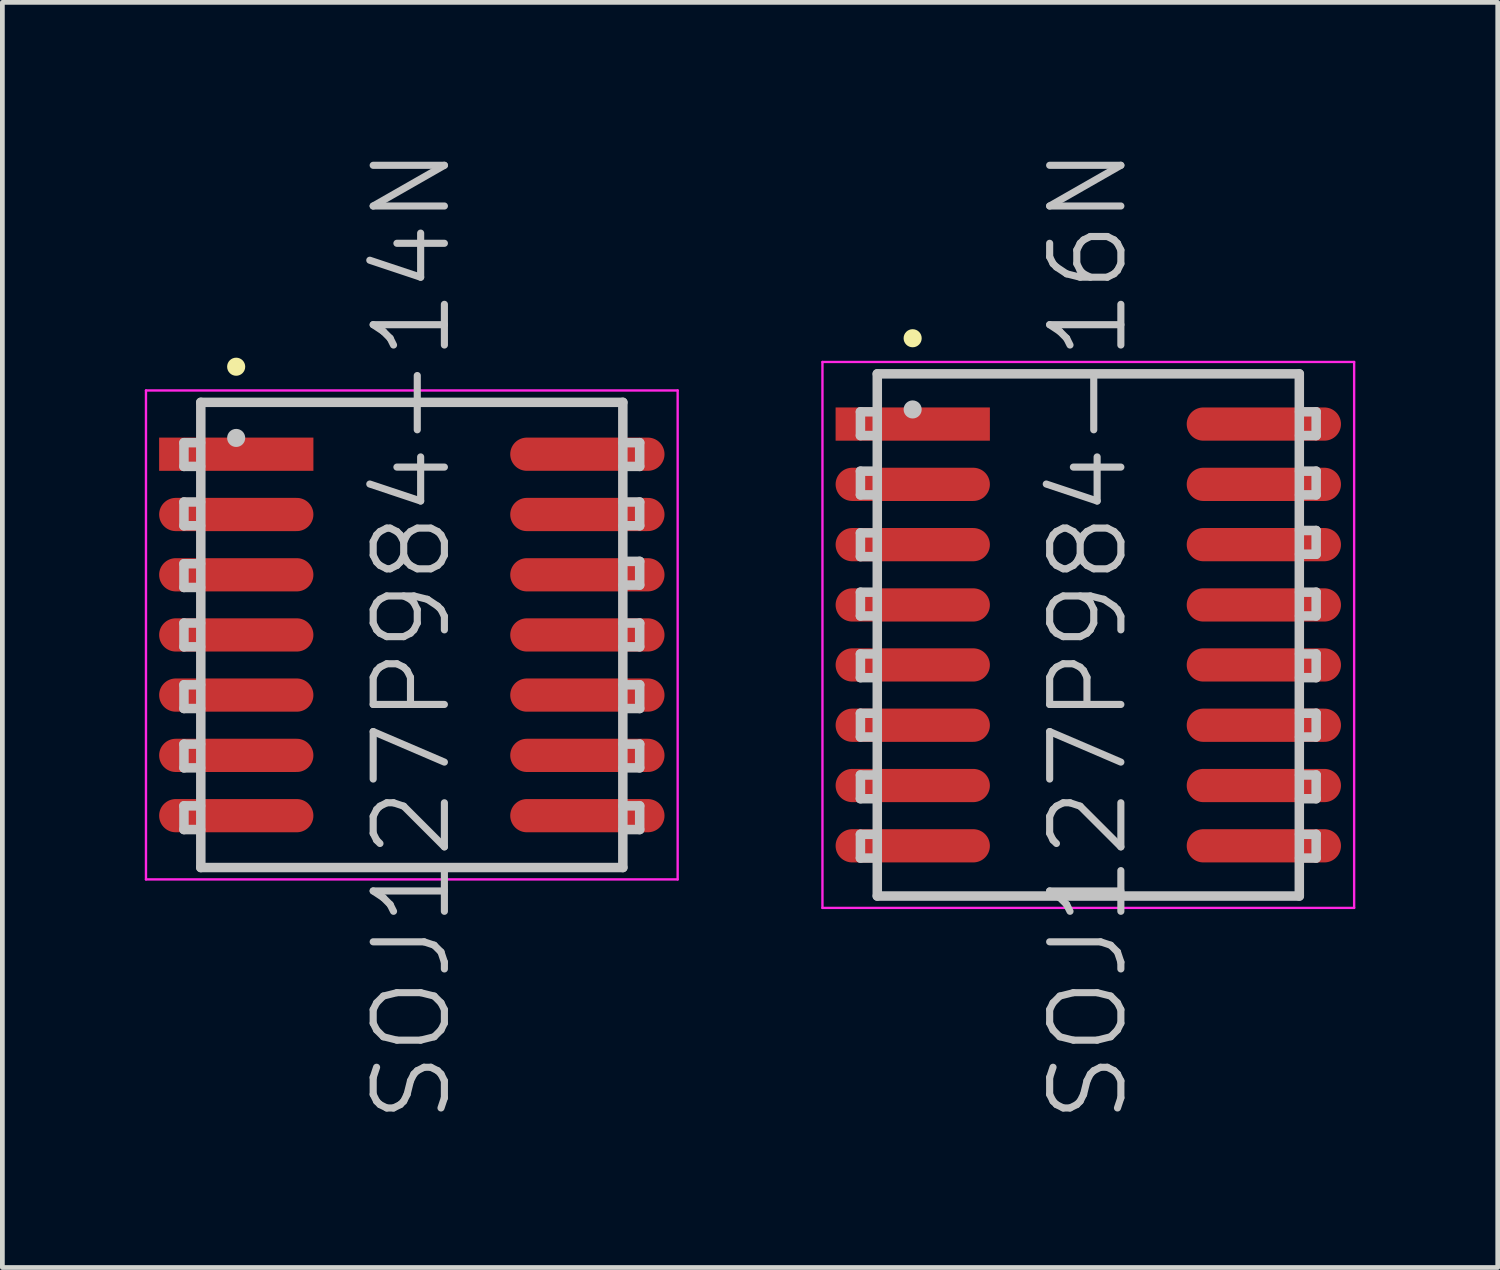
<source format=kicad_pcb>
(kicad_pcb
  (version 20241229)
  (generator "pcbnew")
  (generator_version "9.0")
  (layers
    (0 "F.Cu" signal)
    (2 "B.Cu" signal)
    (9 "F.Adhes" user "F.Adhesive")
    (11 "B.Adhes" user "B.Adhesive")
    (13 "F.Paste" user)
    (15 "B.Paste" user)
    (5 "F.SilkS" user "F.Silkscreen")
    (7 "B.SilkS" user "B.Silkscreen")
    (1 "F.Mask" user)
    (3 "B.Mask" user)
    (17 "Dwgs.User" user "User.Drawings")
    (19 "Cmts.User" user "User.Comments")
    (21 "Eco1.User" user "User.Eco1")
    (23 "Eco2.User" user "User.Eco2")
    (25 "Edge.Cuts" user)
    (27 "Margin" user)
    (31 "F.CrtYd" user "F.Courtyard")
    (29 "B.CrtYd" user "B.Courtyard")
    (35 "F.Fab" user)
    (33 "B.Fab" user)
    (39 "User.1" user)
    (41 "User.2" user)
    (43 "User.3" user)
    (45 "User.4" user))
  (footprint "SOJ127P984-16N"
    (layer "F.Cu")
    (at 19.875 10.325)
    (property "Reference" "SOJ127P984-16N" (at 0 0 90) (layer "Dwgs.User") (effects (font (size 1.5 1.5) (thickness 0.15))))
    (attr smd)
    (fp_line (start -3.7 -6.25) (end -3.7 -6.25) (stroke (width 0.381) (type solid)) (layer "F.SilkS"))
    (fp_line (start -4.8 -4.7) (end -4.8 -4.2) (stroke (width 0.2) (type solid)) (layer "Dwgs.User"))
    (fp_line (start -4.8 -4.2) (end -4.45 -4.2) (stroke (width 0.2) (type solid)) (layer "Dwgs.User"))
    (fp_line (start -4.8 -3.45) (end -4.8 -2.95) (stroke (width 0.2) (type solid)) (layer "Dwgs.User"))
    (fp_line (start -4.8 -2.95) (end -4.45 -2.95) (stroke (width 0.2) (type solid)) (layer "Dwgs.User"))
    (fp_line (start -4.8 -2.15) (end -4.8 -1.65) (stroke (width 0.2) (type solid)) (layer "Dwgs.User"))
    (fp_line (start -4.8 -1.65) (end -4.45 -1.65) (stroke (width 0.2) (type solid)) (layer "Dwgs.User"))
    (fp_line (start -4.8 -0.9) (end -4.8 -0.4) (stroke (width 0.2) (type solid)) (layer "Dwgs.User"))
    (fp_line (start -4.8 -0.4) (end -4.45 -0.4) (stroke (width 0.2) (type solid)) (layer "Dwgs.User"))
    (fp_line (start -4.8 0.4) (end -4.8 0.9) (stroke (width 0.2) (type solid)) (layer "Dwgs.User"))
    (fp_line (start -4.8 0.9) (end -4.45 0.9) (stroke (width 0.2) (type solid)) (layer "Dwgs.User"))
    (fp_line (start -4.8 1.65) (end -4.8 2.15) (stroke (width 0.2) (type solid)) (layer "Dwgs.User"))
    (fp_line (start -4.8 2.15) (end -4.45 2.15) (stroke (width 0.2) (type solid)) (layer "Dwgs.User"))
    (fp_line (start -4.8 2.95) (end -4.8 3.45) (stroke (width 0.2) (type solid)) (layer "Dwgs.User"))
    (fp_line (start -4.8 3.45) (end -4.45 3.45) (stroke (width 0.2) (type solid)) (layer "Dwgs.User"))
    (fp_line (start -4.8 4.2) (end -4.8 4.7) (stroke (width 0.2) (type solid)) (layer "Dwgs.User"))
    (fp_line (start -4.8 4.7) (end -4.45 4.7) (stroke (width 0.2) (type solid)) (layer "Dwgs.User"))
    (fp_line (start -4.45 -4.7) (end -4.8 -4.7) (stroke (width 0.2) (type solid)) (layer "Dwgs.User"))
    (fp_line (start -4.45 -3.45) (end -4.8 -3.45) (stroke (width 0.2) (type solid)) (layer "Dwgs.User"))
    (fp_line (start -4.45 -2.15) (end -4.8 -2.15) (stroke (width 0.2) (type solid)) (layer "Dwgs.User"))
    (fp_line (start -4.45 -0.9) (end -4.8 -0.9) (stroke (width 0.2) (type solid)) (layer "Dwgs.User"))
    (fp_line (start -4.45 0.4) (end -4.8 0.4) (stroke (width 0.2) (type solid)) (layer "Dwgs.User"))
    (fp_line (start -4.45 1.65) (end -4.8 1.65) (stroke (width 0.2) (type solid)) (layer "Dwgs.User"))
    (fp_line (start -4.45 2.95) (end -4.8 2.95) (stroke (width 0.2) (type solid)) (layer "Dwgs.User"))
    (fp_line (start -4.45 4.2) (end -4.8 4.2) (stroke (width 0.2) (type solid)) (layer "Dwgs.User"))
    (fp_line (start -4.445 -5.5) (end -4.445 5.5) (stroke (width 0.2) (type solid)) (layer "Dwgs.User"))
    (fp_line (start -4.445 -5.5) (end 4.445 -5.5) (stroke (width 0.2) (type solid)) (layer "Dwgs.User"))
    (fp_line (start -4.445 5.5) (end 4.445 5.5) (stroke (width 0.2) (type solid)) (layer "Dwgs.User"))
    (fp_line (start -3.7 -4.75) (end -3.7 -4.75) (stroke (width 0.381) (type solid)) (layer "Dwgs.User"))
    (fp_line (start 4.445 -5.5) (end 4.445 5.5) (stroke (width 0.2) (type solid)) (layer "Dwgs.User"))
    (fp_line (start 4.45 -4.7) (end 4.8 -4.7) (stroke (width 0.2) (type solid)) (layer "Dwgs.User"))
    (fp_line (start 4.45 -3.45) (end 4.8 -3.45) (stroke (width 0.2) (type solid)) (layer "Dwgs.User"))
    (fp_line (start 4.45 -2.2) (end 4.8 -2.2) (stroke (width 0.2) (type solid)) (layer "Dwgs.User"))
    (fp_line (start 4.45 -0.9) (end 4.8 -0.9) (stroke (width 0.2) (type solid)) (layer "Dwgs.User"))
    (fp_line (start 4.45 0.4) (end 4.8 0.4) (stroke (width 0.2) (type solid)) (layer "Dwgs.User"))
    (fp_line (start 4.45 1.65) (end 4.8 1.65) (stroke (width 0.2) (type solid)) (layer "Dwgs.User"))
    (fp_line (start 4.45 2.95) (end 4.8 2.95) (stroke (width 0.2) (type solid)) (layer "Dwgs.User"))
    (fp_line (start 4.45 4.2) (end 4.8 4.2) (stroke (width 0.2) (type solid)) (layer "Dwgs.User"))
    (fp_line (start 4.8 -4.7) (end 4.8 -4.2) (stroke (width 0.2) (type solid)) (layer "Dwgs.User"))
    (fp_line (start 4.8 -4.2) (end 4.45 -4.2) (stroke (width 0.2) (type solid)) (layer "Dwgs.User"))
    (fp_line (start 4.8 -3.45) (end 4.8 -2.95) (stroke (width 0.2) (type solid)) (layer "Dwgs.User"))
    (fp_line (start 4.8 -2.95) (end 4.45 -2.95) (stroke (width 0.2) (type solid)) (layer "Dwgs.User"))
    (fp_line (start 4.8 -2.2) (end 4.8 -1.7) (stroke (width 0.2) (type solid)) (layer "Dwgs.User"))
    (fp_line (start 4.8 -1.7) (end 4.45 -1.7) (stroke (width 0.2) (type solid)) (layer "Dwgs.User"))
    (fp_line (start 4.8 -0.9) (end 4.8 -0.4) (stroke (width 0.2) (type solid)) (layer "Dwgs.User"))
    (fp_line (start 4.8 -0.4) (end 4.45 -0.4) (stroke (width 0.2) (type solid)) (layer "Dwgs.User"))
    (fp_line (start 4.8 0.4) (end 4.8 0.9) (stroke (width 0.2) (type solid)) (layer "Dwgs.User"))
    (fp_line (start 4.8 0.9) (end 4.45 0.9) (stroke (width 0.2) (type solid)) (layer "Dwgs.User"))
    (fp_line (start 4.8 1.65) (end 4.8 2.15) (stroke (width 0.2) (type solid)) (layer "Dwgs.User"))
    (fp_line (start 4.8 2.15) (end 4.45 2.15) (stroke (width 0.2) (type solid)) (layer "Dwgs.User"))
    (fp_line (start 4.8 2.95) (end 4.8 3.45) (stroke (width 0.2) (type solid)) (layer "Dwgs.User"))
    (fp_line (start 4.8 3.45) (end 4.45 3.45) (stroke (width 0.2) (type solid)) (layer "Dwgs.User"))
    (fp_line (start 4.8 4.2) (end 4.8 4.7) (stroke (width 0.2) (type solid)) (layer "Dwgs.User"))
    (fp_line (start 4.8 4.7) (end 4.45 4.7) (stroke (width 0.2) (type solid)) (layer "Dwgs.User"))
    (fp_line (start -5.6 -5.75) (end -5.6 5.75) (stroke (width 0.05) (type solid)) (layer "F.CrtYd"))
    (fp_line (start -5.6 -5.75) (end 5.6 -5.75) (stroke (width 0.05) (type solid)) (layer "F.CrtYd"))
    (fp_line (start -5.6 5.75) (end 5.6 5.75) (stroke (width 0.05) (type solid)) (layer "F.CrtYd"))
    (fp_line (start 5.6 -5.75) (end 5.6 5.75) (stroke (width 0.05) (type solid)) (layer "F.CrtYd"))
    (pad "1" smd rect (at -3.698 -4.442 90) (size 0.7 3.25) (layers "F.Cu" "F.Mask" "F.Paste"))
    (pad "2" smd oval (at -3.698 -3.172 90) (size 0.7 3.25) (layers "F.Cu" "F.Mask" "F.Paste"))
    (pad "3" smd oval (at -3.698 -1.902 90) (size 0.7 3.25) (layers "F.Cu" "F.Mask" "F.Paste"))
    (pad "4" smd oval (at -3.698 -0.632 90) (size 0.7 3.25) (layers "F.Cu" "F.Mask" "F.Paste"))
    (pad "5" smd oval (at -3.698 0.632 90) (size 0.7 3.25) (layers "F.Cu" "F.Mask" "F.Paste"))
    (pad "6" smd oval (at -3.698 1.902 90) (size 0.7 3.25) (layers "F.Cu" "F.Mask" "F.Paste"))
    (pad "7" smd oval (at -3.698 3.172 90) (size 0.7 3.25) (layers "F.Cu" "F.Mask" "F.Paste"))
    (pad "8" smd oval (at -3.698 4.442 90) (size 0.7 3.25) (layers "F.Cu" "F.Mask" "F.Paste"))
    (pad "9" smd oval (at 3.698 4.442 270) (size 0.7 3.25) (layers "F.Cu" "F.Mask" "F.Paste"))
    (pad "10" smd oval (at 3.698 3.172 270) (size 0.7 3.25) (layers "F.Cu" "F.Mask" "F.Paste"))
    (pad "11" smd oval (at 3.698 1.902 270) (size 0.7 3.25) (layers "F.Cu" "F.Mask" "F.Paste"))
    (pad "12" smd oval (at 3.698 0.632 270) (size 0.7 3.25) (layers "F.Cu" "F.Mask" "F.Paste"))
    (pad "13" smd oval (at 3.698 -0.632 270) (size 0.7 3.25) (layers "F.Cu" "F.Mask" "F.Paste"))
    (pad "14" smd oval (at 3.698 -1.902 270) (size 0.7 3.25) (layers "F.Cu" "F.Mask" "F.Paste"))
    (pad "15" smd oval (at 3.698 -3.172 270) (size 0.7 3.25) (layers "F.Cu" "F.Mask" "F.Paste"))
    (pad "16" smd oval (at 3.698 -4.442 270) (size 0.7 3.25) (layers "F.Cu" "F.Mask" "F.Paste")))
  (footprint "SOJ127P984-14N"
    (layer "F.Cu")
    (at 5.625 10.325)
    (property "Reference" "SOJ127P984-14N" (at 0 0 90) (layer "Dwgs.User") (effects (font (size 1.5 1.5) (thickness 0.15))))
    (attr smd)
    (fp_line (start -3.7 -5.65) (end -3.7 -5.65) (stroke (width 0.381) (type solid)) (layer "F.SilkS"))
    (fp_line (start -4.8 -4.05) (end -4.8 -3.55) (stroke (width 0.2) (type solid)) (layer "Dwgs.User"))
    (fp_line (start -4.8 -3.55) (end -4.45 -3.55) (stroke (width 0.2) (type solid)) (layer "Dwgs.User"))
    (fp_line (start -4.8 -2.8) (end -4.8 -2.3) (stroke (width 0.2) (type solid)) (layer "Dwgs.User"))
    (fp_line (start -4.8 -2.3) (end -4.45 -2.3) (stroke (width 0.2) (type solid)) (layer "Dwgs.User"))
    (fp_line (start -4.8 -1.5) (end -4.8 -1) (stroke (width 0.2) (type solid)) (layer "Dwgs.User"))
    (fp_line (start -4.8 -1) (end -4.45 -1) (stroke (width 0.2) (type solid)) (layer "Dwgs.User"))
    (fp_line (start -4.8 -0.25) (end -4.8 0.25) (stroke (width 0.2) (type solid)) (layer "Dwgs.User"))
    (fp_line (start -4.8 0.25) (end -4.45 0.25) (stroke (width 0.2) (type solid)) (layer "Dwgs.User"))
    (fp_line (start -4.8 1.05) (end -4.8 1.55) (stroke (width 0.2) (type solid)) (layer "Dwgs.User"))
    (fp_line (start -4.8 1.55) (end -4.45 1.55) (stroke (width 0.2) (type solid)) (layer "Dwgs.User"))
    (fp_line (start -4.8 2.3) (end -4.8 2.8) (stroke (width 0.2) (type solid)) (layer "Dwgs.User"))
    (fp_line (start -4.8 2.8) (end -4.45 2.8) (stroke (width 0.2) (type solid)) (layer "Dwgs.User"))
    (fp_line (start -4.8 3.6) (end -4.8 4.1) (stroke (width 0.2) (type solid)) (layer "Dwgs.User"))
    (fp_line (start -4.8 4.1) (end -4.45 4.1) (stroke (width 0.2) (type solid)) (layer "Dwgs.User"))
    (fp_line (start -4.45 -4.05) (end -4.8 -4.05) (stroke (width 0.2) (type solid)) (layer "Dwgs.User"))
    (fp_line (start -4.45 -2.8) (end -4.8 -2.8) (stroke (width 0.2) (type solid)) (layer "Dwgs.User"))
    (fp_line (start -4.45 -1.5) (end -4.8 -1.5) (stroke (width 0.2) (type solid)) (layer "Dwgs.User"))
    (fp_line (start -4.45 -0.25) (end -4.8 -0.25) (stroke (width 0.2) (type solid)) (layer "Dwgs.User"))
    (fp_line (start -4.45 1.05) (end -4.8 1.05) (stroke (width 0.2) (type solid)) (layer "Dwgs.User"))
    (fp_line (start -4.45 2.3) (end -4.8 2.3) (stroke (width 0.2) (type solid)) (layer "Dwgs.User"))
    (fp_line (start -4.45 3.6) (end -4.8 3.6) (stroke (width 0.2) (type solid)) (layer "Dwgs.User"))
    (fp_line (start -4.445 -4.9) (end -4.445 4.9) (stroke (width 0.2) (type solid)) (layer "Dwgs.User"))
    (fp_line (start -4.445 -4.9) (end 4.445 -4.9) (stroke (width 0.2) (type solid)) (layer "Dwgs.User"))
    (fp_line (start -4.445 4.9) (end 4.445 4.9) (stroke (width 0.2) (type solid)) (layer "Dwgs.User"))
    (fp_line (start -3.7 -4.15) (end -3.7 -4.15) (stroke (width 0.381) (type solid)) (layer "Dwgs.User"))
    (fp_line (start 4.445 -4.9) (end 4.445 4.9) (stroke (width 0.2) (type solid)) (layer "Dwgs.User"))
    (fp_line (start 4.45 -4.05) (end 4.8 -4.05) (stroke (width 0.2) (type solid)) (layer "Dwgs.User"))
    (fp_line (start 4.45 -2.8) (end 4.8 -2.8) (stroke (width 0.2) (type solid)) (layer "Dwgs.User"))
    (fp_line (start 4.45 -1.55) (end 4.8 -1.55) (stroke (width 0.2) (type solid)) (layer "Dwgs.User"))
    (fp_line (start 4.45 -0.25) (end 4.8 -0.25) (stroke (width 0.2) (type solid)) (layer "Dwgs.User"))
    (fp_line (start 4.45 1.05) (end 4.8 1.05) (stroke (width 0.2) (type solid)) (layer "Dwgs.User"))
    (fp_line (start 4.45 2.3) (end 4.8 2.3) (stroke (width 0.2) (type solid)) (layer "Dwgs.User"))
    (fp_line (start 4.45 3.6) (end 4.8 3.6) (stroke (width 0.2) (type solid)) (layer "Dwgs.User"))
    (fp_line (start 4.8 -4.05) (end 4.8 -3.55) (stroke (width 0.2) (type solid)) (layer "Dwgs.User"))
    (fp_line (start 4.8 -3.55) (end 4.45 -3.55) (stroke (width 0.2) (type solid)) (layer "Dwgs.User"))
    (fp_line (start 4.8 -2.8) (end 4.8 -2.3) (stroke (width 0.2) (type solid)) (layer "Dwgs.User"))
    (fp_line (start 4.8 -2.3) (end 4.45 -2.3) (stroke (width 0.2) (type solid)) (layer "Dwgs.User"))
    (fp_line (start 4.8 -1.55) (end 4.8 -1.05) (stroke (width 0.2) (type solid)) (layer "Dwgs.User"))
    (fp_line (start 4.8 -1.05) (end 4.45 -1.05) (stroke (width 0.2) (type solid)) (layer "Dwgs.User"))
    (fp_line (start 4.8 -0.25) (end 4.8 0.25) (stroke (width 0.2) (type solid)) (layer "Dwgs.User"))
    (fp_line (start 4.8 0.25) (end 4.45 0.25) (stroke (width 0.2) (type solid)) (layer "Dwgs.User"))
    (fp_line (start 4.8 1.05) (end 4.8 1.55) (stroke (width 0.2) (type solid)) (layer "Dwgs.User"))
    (fp_line (start 4.8 1.55) (end 4.45 1.55) (stroke (width 0.2) (type solid)) (layer "Dwgs.User"))
    (fp_line (start 4.8 2.3) (end 4.8 2.8) (stroke (width 0.2) (type solid)) (layer "Dwgs.User"))
    (fp_line (start 4.8 2.8) (end 4.45 2.8) (stroke (width 0.2) (type solid)) (layer "Dwgs.User"))
    (fp_line (start 4.8 3.6) (end 4.8 4.1) (stroke (width 0.2) (type solid)) (layer "Dwgs.User"))
    (fp_line (start 4.8 4.1) (end 4.45 4.1) (stroke (width 0.2) (type solid)) (layer "Dwgs.User"))
    (fp_line (start -5.6 -5.15) (end -5.6 5.15) (stroke (width 0.05) (type solid)) (layer "F.CrtYd"))
    (fp_line (start -5.6 -5.15) (end 5.6 -5.15) (stroke (width 0.05) (type solid)) (layer "F.CrtYd"))
    (fp_line (start -5.6 5.15) (end 5.6 5.15) (stroke (width 0.05) (type solid)) (layer "F.CrtYd"))
    (fp_line (start 5.6 -5.15) (end 5.6 5.15) (stroke (width 0.05) (type solid)) (layer "F.CrtYd"))
    (pad "1" smd rect (at -3.698 -3.807 90) (size 0.7 3.25) (layers "F.Cu" "F.Mask" "F.Paste"))
    (pad "2" smd oval (at -3.698 -2.537 90) (size 0.7 3.25) (layers "F.Cu" "F.Mask" "F.Paste"))
    (pad "3" smd oval (at -3.698 -1.267 90) (size 0.7 3.25) (layers "F.Cu" "F.Mask" "F.Paste"))
    (pad "4" smd oval (at -3.698 0 90) (size 0.7 3.25) (layers "F.Cu" "F.Mask" "F.Paste"))
    (pad "5" smd oval (at -3.698 1.267 90) (size 0.7 3.25) (layers "F.Cu" "F.Mask" "F.Paste"))
    (pad "6" smd oval (at -3.698 2.537 90) (size 0.7 3.25) (layers "F.Cu" "F.Mask" "F.Paste"))
    (pad "7" smd oval (at -3.698 3.807 90) (size 0.7 3.25) (layers "F.Cu" "F.Mask" "F.Paste"))
    (pad "8" smd oval (at 3.698 3.807 270) (size 0.7 3.25) (layers "F.Cu" "F.Mask" "F.Paste"))
    (pad "9" smd oval (at 3.698 2.537 270) (size 0.7 3.25) (layers "F.Cu" "F.Mask" "F.Paste"))
    (pad "10" smd oval (at 3.698 1.267 270) (size 0.7 3.25) (layers "F.Cu" "F.Mask" "F.Paste"))
    (pad "11" smd oval (at 3.698 0 270) (size 0.7 3.25) (layers "F.Cu" "F.Mask" "F.Paste"))
    (pad "12" smd oval (at 3.698 -1.267 270) (size 0.7 3.25) (layers "F.Cu" "F.Mask" "F.Paste"))
    (pad "13" smd oval (at 3.698 -2.537 270) (size 0.7 3.25) (layers "F.Cu" "F.Mask" "F.Paste"))
    (pad "14" smd oval (at 3.698 -3.807 270) (size 0.7 3.25) (layers "F.Cu" "F.Mask" "F.Paste")))
  (gr_rect
    (start -3 -3)
    (end 28.5 23.65)
    (stroke (width 0.1) (type default))
    (fill no)
    (layer "Edge.Cuts")))
</source>
